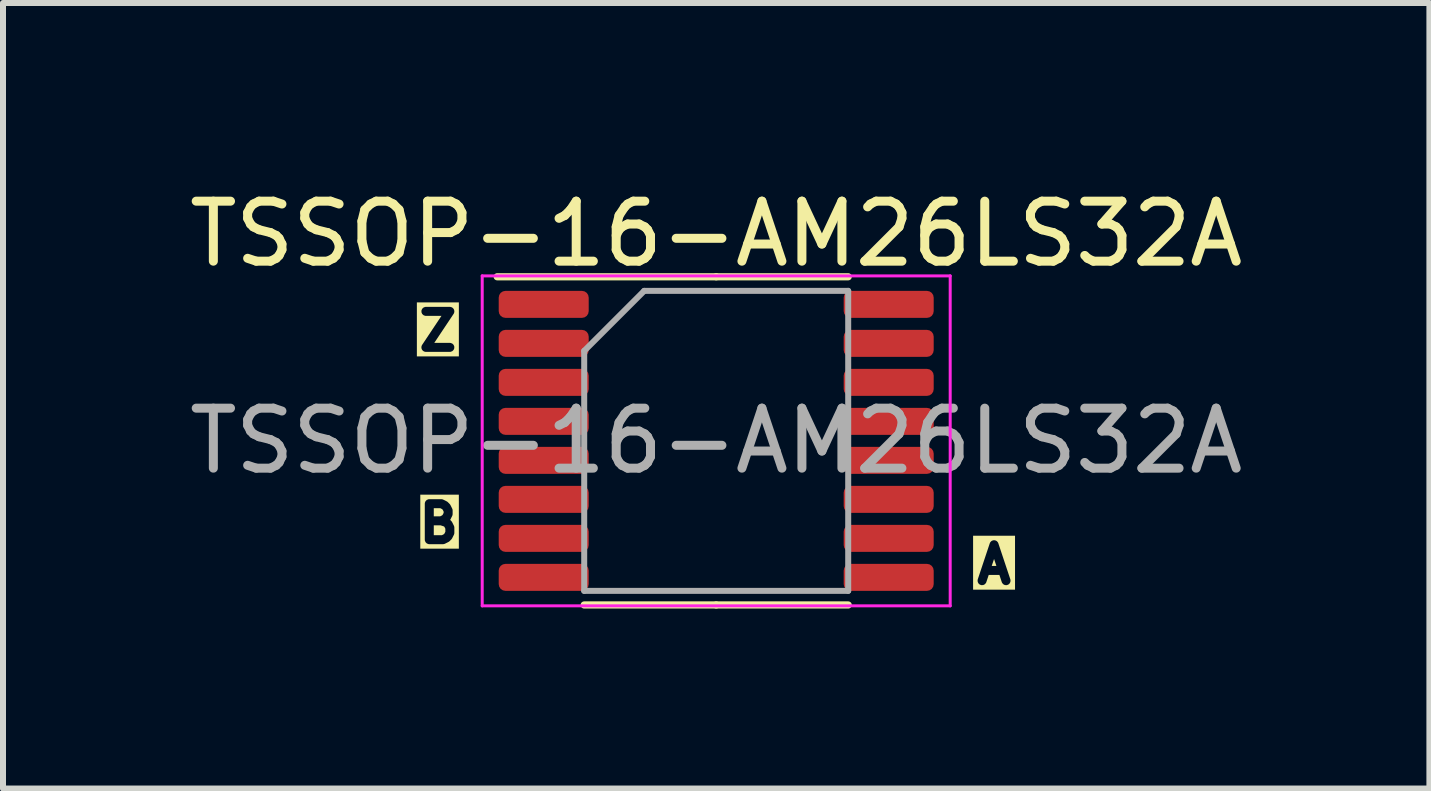
<source format=kicad_pcb>
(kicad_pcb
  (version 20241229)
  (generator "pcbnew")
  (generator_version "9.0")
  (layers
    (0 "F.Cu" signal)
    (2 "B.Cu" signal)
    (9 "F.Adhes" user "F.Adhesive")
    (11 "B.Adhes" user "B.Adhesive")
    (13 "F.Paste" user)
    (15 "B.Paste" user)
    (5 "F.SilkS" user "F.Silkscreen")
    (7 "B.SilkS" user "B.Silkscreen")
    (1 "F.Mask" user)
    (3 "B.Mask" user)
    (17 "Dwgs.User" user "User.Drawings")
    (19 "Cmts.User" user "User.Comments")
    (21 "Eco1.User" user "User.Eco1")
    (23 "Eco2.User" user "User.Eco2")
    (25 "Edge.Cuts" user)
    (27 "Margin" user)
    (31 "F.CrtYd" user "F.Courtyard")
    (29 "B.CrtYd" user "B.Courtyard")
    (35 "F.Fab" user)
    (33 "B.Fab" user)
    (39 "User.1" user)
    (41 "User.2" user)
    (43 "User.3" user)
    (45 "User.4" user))
  (footprint "TSSOP-16-AM26LS32A"
    (layer "F.Cu")
    (at 8.887 4.298)
    (property "Reference" "TSSOP-16-AM26LS32A" (at 0 -3.45 0) (layer "F.SilkS") (effects (font (size 1 1) (thickness 0.15))))
    (attr smd)
    (fp_line (start 0 -2.735) (end -3.65 -2.735) (stroke (width 0.12) (type solid)) (layer "F.SilkS"))
    (fp_line (start 0 -2.735) (end 2.2 -2.735) (stroke (width 0.12) (type solid)) (layer "F.SilkS"))
    (fp_line (start 0 2.735) (end -2.2 2.735) (stroke (width 0.12) (type solid)) (layer "F.SilkS"))
    (fp_line (start 0 2.735) (end 2.2 2.735) (stroke (width 0.12) (type solid)) (layer "F.SilkS"))
    (fp_line (start -3.9 -2.75) (end -3.9 2.75) (stroke (width 0.05) (type solid)) (layer "F.CrtYd"))
    (fp_line (start -3.9 2.75) (end 3.9 2.75) (stroke (width 0.05) (type solid)) (layer "F.CrtYd"))
    (fp_line (start 3.9 -2.75) (end -3.9 -2.75) (stroke (width 0.05) (type solid)) (layer "F.CrtYd"))
    (fp_line (start 3.9 2.75) (end 3.9 -2.75) (stroke (width 0.05) (type solid)) (layer "F.CrtYd"))
    (fp_line (start -2.2 -1.5) (end -1.2 -2.5) (stroke (width 0.1) (type solid)) (layer "F.Fab"))
    (fp_line (start -2.2 2.5) (end -2.2 -1.5) (stroke (width 0.1) (type solid)) (layer "F.Fab"))
    (fp_line (start -1.2 -2.5) (end 2.2 -2.5) (stroke (width 0.1) (type solid)) (layer "F.Fab"))
    (fp_line (start 2.2 -2.5) (end 2.2 2.5) (stroke (width 0.1) (type solid)) (layer "F.Fab"))
    (fp_line (start 2.2 2.5) (end -2.2 2.5) (stroke (width 0.1) (type solid)) (layer "F.Fab"))
    (fp_text user "Z" (at -4.639 -1.477 0) (unlocked yes) (layer "F.SilkS" knockout) (effects (font (size 0.6 0.6) (thickness 0.15) (bold yes)) (justify bottom)))
    (fp_text user "A" (at 4.631 2.412 0) (unlocked yes) (layer "F.SilkS" knockout) (effects (font (size 0.6 0.6) (thickness 0.15) (bold yes)) (justify bottom)))
    (fp_text user "B" (at -4.625 1.728 0) (unlocked yes) (layer "F.SilkS" knockout) (effects (font (size 0.6 0.6) (thickness 0.15) (bold yes)) (justify bottom)))
    (fp_text user "${REFERENCE}" (at 0 0 0) (layer "F.Fab") (effects (font (size 1 1) (thickness 0.15))))
    (pad "1" smd roundrect (at -2.875 -2.275) (size 1.5 0.45) (layers "F.Cu" "F.Mask" "F.Paste") (roundrect_rratio 0.25))
    (pad "2" smd roundrect (at -2.875 -1.625) (size 1.5 0.45) (layers "F.Cu" "F.Mask" "F.Paste") (roundrect_rratio 0.25))
    (pad "3" smd roundrect (at -2.875 -0.975) (size 1.5 0.45) (layers "F.Cu" "F.Mask" "F.Paste") (roundrect_rratio 0.25))
    (pad "4" smd roundrect (at -2.875 -0.325) (size 1.5 0.45) (layers "F.Cu" "F.Mask" "F.Paste") (roundrect_rratio 0.25))
    (pad "5" smd roundrect (at -2.875 0.325) (size 1.5 0.45) (layers "F.Cu" "F.Mask" "F.Paste") (roundrect_rratio 0.25))
    (pad "6" smd roundrect (at -2.875 0.975) (size 1.5 0.45) (layers "F.Cu" "F.Mask" "F.Paste") (roundrect_rratio 0.25))
    (pad "7" smd roundrect (at -2.875 1.625) (size 1.5 0.45) (layers "F.Cu" "F.Mask" "F.Paste") (roundrect_rratio 0.25))
    (pad "8" smd roundrect (at -2.875 2.275) (size 1.5 0.45) (layers "F.Cu" "F.Mask" "F.Paste") (roundrect_rratio 0.25))
    (pad "9" smd roundrect (at 2.875 2.275) (size 1.5 0.45) (layers "F.Cu" "F.Mask" "F.Paste") (roundrect_rratio 0.25))
    (pad "10" smd roundrect (at 2.875 1.625) (size 1.5 0.45) (layers "F.Cu" "F.Mask" "F.Paste") (roundrect_rratio 0.25))
    (pad "11" smd roundrect (at 2.875 0.975) (size 1.5 0.45) (layers "F.Cu" "F.Mask" "F.Paste") (roundrect_rratio 0.25))
    (pad "12" smd roundrect (at 2.875 0.325) (size 1.5 0.45) (layers "F.Cu" "F.Mask" "F.Paste") (roundrect_rratio 0.25))
    (pad "13" smd roundrect (at 2.875 -0.325) (size 1.5 0.45) (layers "F.Cu" "F.Mask" "F.Paste") (roundrect_rratio 0.25))
    (pad "14" smd roundrect (at 2.875 -0.975) (size 1.5 0.45) (layers "F.Cu" "F.Mask" "F.Paste") (roundrect_rratio 0.25))
    (pad "15" smd roundrect (at 2.875 -1.625) (size 1.5 0.45) (layers "F.Cu" "F.Mask" "F.Paste") (roundrect_rratio 0.25))
    (pad "16" smd roundrect (at 2.875 -2.275) (size 1.5 0.45) (layers "F.Cu" "F.Mask" "F.Paste") (roundrect_rratio 0.25)))
  (gr_rect
    (start -3 -3)
    (end 20.774 10.093)
    (stroke (width 0.1) (type default))
    (fill no)
    (layer "Edge.Cuts")))
</source>
